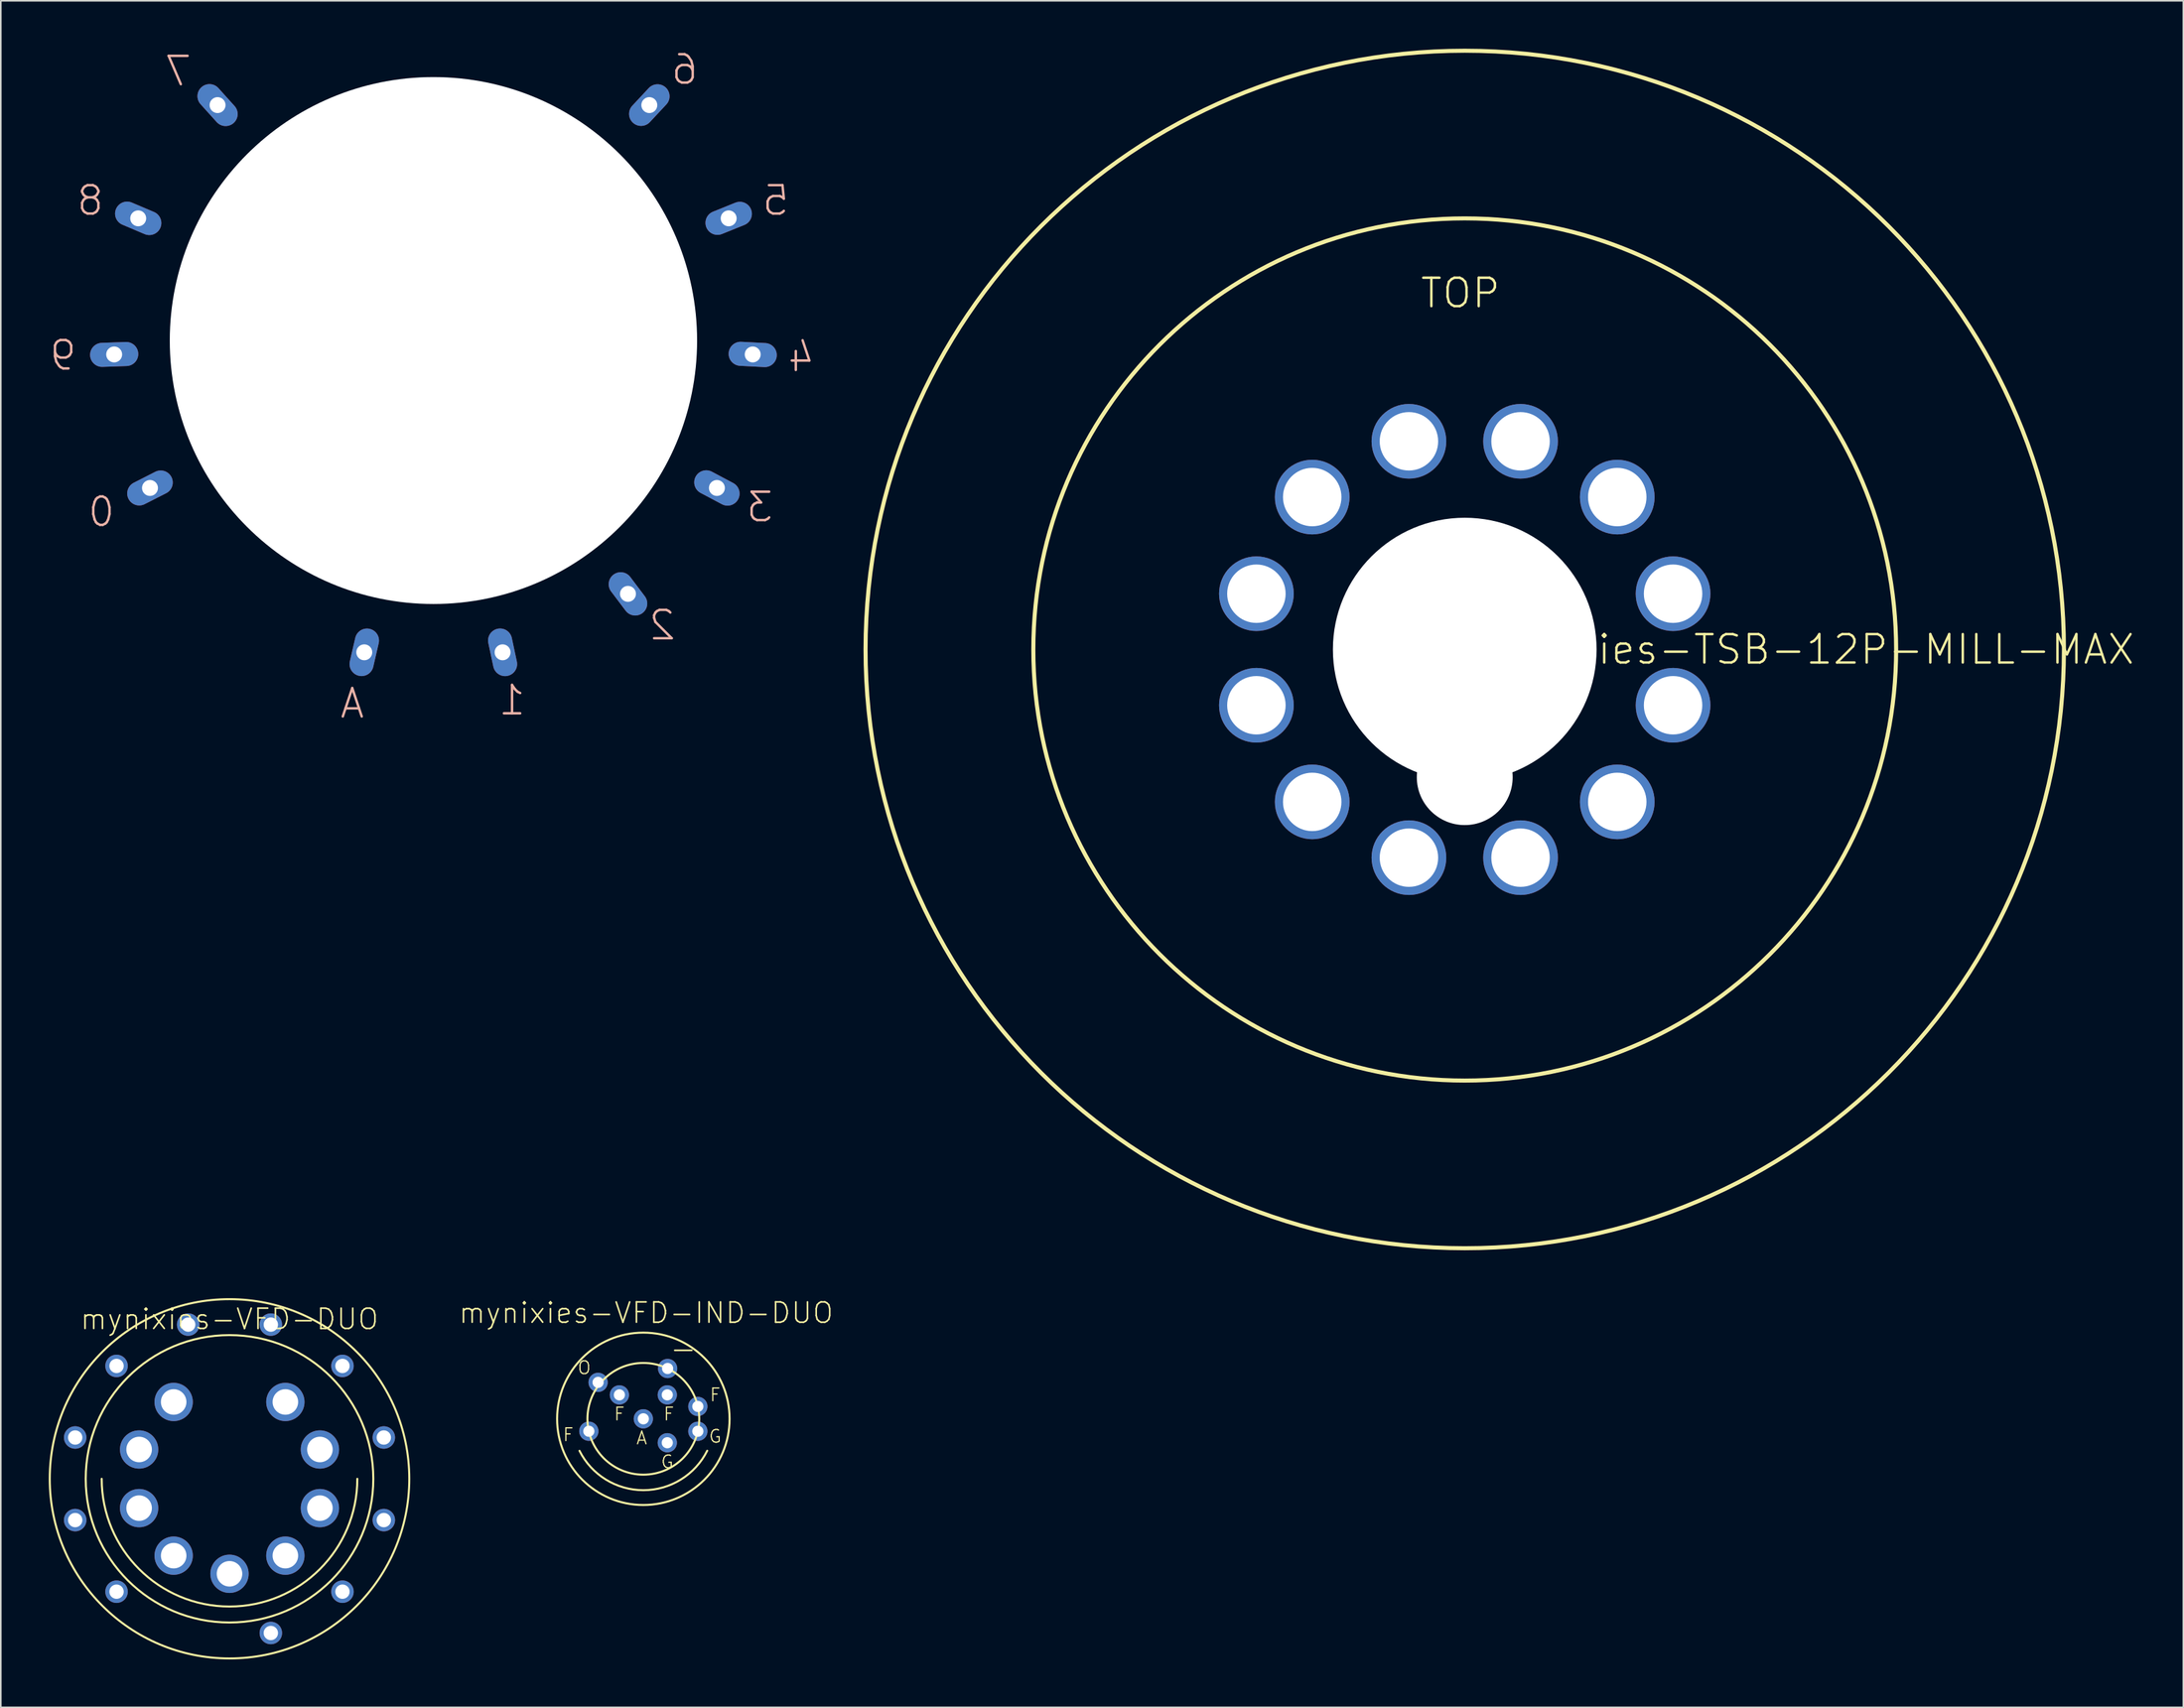
<source format=kicad_pcb>
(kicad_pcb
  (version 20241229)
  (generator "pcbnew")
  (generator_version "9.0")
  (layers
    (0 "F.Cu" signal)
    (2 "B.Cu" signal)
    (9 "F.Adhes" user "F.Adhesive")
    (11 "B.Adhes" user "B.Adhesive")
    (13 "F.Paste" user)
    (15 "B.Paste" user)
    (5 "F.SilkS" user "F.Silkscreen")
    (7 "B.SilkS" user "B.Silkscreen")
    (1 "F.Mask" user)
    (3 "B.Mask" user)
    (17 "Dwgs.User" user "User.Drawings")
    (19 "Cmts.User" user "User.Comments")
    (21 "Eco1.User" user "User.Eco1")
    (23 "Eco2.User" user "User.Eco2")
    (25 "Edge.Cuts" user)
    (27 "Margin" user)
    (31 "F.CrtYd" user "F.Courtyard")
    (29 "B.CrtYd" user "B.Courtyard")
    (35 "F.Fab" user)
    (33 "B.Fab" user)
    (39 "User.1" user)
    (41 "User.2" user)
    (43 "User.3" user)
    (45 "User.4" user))
  (footprint "mynixies-TSB-12P-CONTACT"
    (layer "F.Cu")
    (at 24.075 18.277)
    (property "Reference" "mynixies-TSB-12P-CONTACT" (at 0 0 0) (layer "F.SilkS") (effects (font (size 1.27 1.27) (thickness 0.15))))
    (attr exclude_from_pos_files exclude_from_bom)
    (fp_text user "5" (at 21.42 -8.768 0) (layer "B.SilkS") (effects (font (size 1.778 1.778) (thickness 0.152)) (justify mirror)))
    (fp_text user "2" (at 14.318 17.828 0) (layer "B.SilkS") (effects (font (size 1.778 1.778) (thickness 0.152)) (justify mirror)))
    (fp_text user "7" (at -15.979 -16.868 0) (layer "B.SilkS") (effects (font (size 1.778 1.778) (thickness 0.152)) (justify mirror)))
    (fp_text user "0" (at -20.78 10.729 0) (layer "B.SilkS") (effects (font (size 1.778 1.778) (thickness 0.152)) (justify mirror)))
    (fp_text user "3" (at 20.419 10.429 0) (layer "B.SilkS") (effects (font (size 1.778 1.778) (thickness 0.152)) (justify mirror)))
    (fp_text user "1" (at 4.92 22.53 0) (layer "B.SilkS") (effects (font (size 1.778 1.778) (thickness 0.152)) (justify mirror)))
    (fp_text user "6" (at 15.718 -16.97 0) (layer "B.SilkS") (effects (font (size 1.778 1.778) (thickness 0.152)) (justify mirror)))
    (fp_text user "8" (at -21.478 -8.768 0) (layer "B.SilkS") (effects (font (size 1.778 1.778) (thickness 0.152)) (justify mirror)))
    (fp_text user "A" (at -5.08 22.728 0) (layer "B.SilkS") (effects (font (size 1.778 1.778) (thickness 0.152)) (justify mirror)))
    (fp_text user "9" (at -23.177 0.93 0) (layer "B.SilkS") (effects (font (size 1.778 1.778) (thickness 0.152)) (justify mirror)))
    (fp_text user "4" (at 23.017 1.029 0) (layer "B.SilkS") (effects (font (size 1.778 1.778) (thickness 0.152)) (justify mirror)))
    (pad "" np_thru_hole circle (at 0 0) (size 33 33) (drill 33) (layers "*.Cu" "*.Mask"))
    (pad "0" thru_hole oval (at -17.739 9.233 297) (size 1.506 3.015) (drill 0.998) (layers "*.Cu" "*.Mask"))
    (pad "1" thru_hole oval (at 4.328 19.525 12) (size 1.506 3.015) (drill 0.998) (layers "*.Cu" "*.Mask"))
    (pad "2" thru_hole oval (at 12.174 15.865 37) (size 1.506 3.015) (drill 0.998) (layers "*.Cu" "*.Mask"))
    (pad "3" thru_hole oval (at 17.739 9.233 62) (size 1.506 3.015) (drill 0.998) (layers "*.Cu" "*.Mask"))
    (pad "4" thru_hole oval (at 19.98 0.871 87) (size 1.506 3.015) (drill 0.998) (layers "*.Cu" "*.Mask"))
    (pad "5" thru_hole oval (at 18.476 -7.653 112) (size 1.506 3.015) (drill 0.998) (layers "*.Cu" "*.Mask"))
    (pad "6" thru_hole oval (at 13.51 -14.745 137) (size 1.506 3.015) (drill 0.998) (layers "*.Cu" "*.Mask"))
    (pad "7" thru_hole oval (at -13.51 -14.745 222) (size 1.506 3.015) (drill 0.998) (layers "*.Cu" "*.Mask"))
    (pad "8" thru_hole oval (at -18.476 -7.653 247) (size 1.506 3.015) (drill 0.998) (layers "*.Cu" "*.Mask"))
    (pad "9" thru_hole oval (at -19.98 0.871 272) (size 1.506 3.015) (drill 0.998) (layers "*.Cu" "*.Mask"))
    (pad "A" thru_hole oval (at -4.328 19.525 347) (size 1.506 3.015) (drill 0.998) (layers "*.Cu" "*.Mask")))
  (footprint "mynixies-VFD-DUO"
    (layer "F.Cu")
    (at 11.313 89.563)
    (property "Reference" "mynixies-VFD-DUO" (at 0 -10 0) (layer "F.SilkS") (effects (font (size 1.27 1.27) (thickness 0.102))))
    (attr exclude_from_pos_files exclude_from_bom)
    (fp_arc (start 7.99846 0) (mid 0 7.99846) (end -7.99846 0) (stroke (width 0.127) (type solid)) (layer "F.SilkS"))
    (fp_circle (center 0 0) (end 0 -11.25) (stroke (width 0.127) (type solid)) (fill no) (layer "F.SilkS"))
    (fp_circle (center 0 0) (end 0 -8.999) (stroke (width 0.127) (type solid)) (fill no) (layer "F.SilkS"))
    (pad "1" thru_hole circle (at -3.495 -4.813) (size 2.398 2.398) (drill 1.598) (layers "*.Cu" "*.Mask"))
    (pad "2" thru_hole circle (at -5.657 -1.836) (size 2.398 2.398) (drill 1.598) (layers "*.Cu" "*.Mask"))
    (pad "3" thru_hole circle (at -5.657 1.836) (size 2.398 2.398) (drill 1.598) (layers "*.Cu" "*.Mask"))
    (pad "4" thru_hole circle (at -3.495 4.813) (size 2.398 2.398) (drill 1.598) (layers "*.Cu" "*.Mask"))
    (pad "5" thru_hole circle (at 0 5.949) (size 2.398 2.398) (drill 1.598) (layers "*.Cu" "*.Mask"))
    (pad "6" thru_hole circle (at 3.495 4.813) (size 2.398 2.398) (drill 1.598) (layers "*.Cu" "*.Mask"))
    (pad "7" thru_hole circle (at 5.657 1.836) (size 2.398 2.398) (drill 1.598) (layers "*.Cu" "*.Mask"))
    (pad "8" thru_hole circle (at 5.657 -1.836) (size 2.398 2.398) (drill 1.598) (layers "*.Cu" "*.Mask"))
    (pad "9" thru_hole circle (at 3.495 -4.813) (size 2.398 2.398) (drill 1.598) (layers "*.Cu" "*.Mask"))
    (pad "P$1" thru_hole circle (at 2.586 9.657) (size 1.407 1.407) (drill 0.899) (layers "*.Cu" "*.Mask"))
    (pad "P$2" thru_hole circle (at 7.069 7.069) (size 1.407 1.407) (drill 0.899) (layers "*.Cu" "*.Mask"))
    (pad "P$3" thru_hole circle (at 9.657 2.586) (size 1.407 1.407) (drill 0.899) (layers "*.Cu" "*.Mask"))
    (pad "P$4" thru_hole circle (at 9.657 -2.586) (size 1.407 1.407) (drill 0.899) (layers "*.Cu" "*.Mask"))
    (pad "P$5" thru_hole circle (at 7.069 -7.069) (size 1.407 1.407) (drill 0.899) (layers "*.Cu" "*.Mask"))
    (pad "P$6" thru_hole circle (at 2.586 -9.657) (size 1.407 1.407) (drill 0.899) (layers "*.Cu" "*.Mask"))
    (pad "P$7" thru_hole circle (at -2.586 -9.657) (size 1.407 1.407) (drill 0.899) (layers "*.Cu" "*.Mask"))
    (pad "P$8" thru_hole circle (at -7.069 -7.069) (size 1.407 1.407) (drill 0.899) (layers "*.Cu" "*.Mask"))
    (pad "P$9" thru_hole circle (at -9.657 -2.586) (size 1.407 1.407) (drill 0.899) (layers "*.Cu" "*.Mask"))
    (pad "P$10" thru_hole circle (at -9.657 2.586) (size 1.407 1.407) (drill 0.899) (layers "*.Cu" "*.Mask"))
    (pad "P$11" thru_hole circle (at -7.069 7.069) (size 1.407 1.407) (drill 0.899) (layers "*.Cu" "*.Mask")))
  (footprint "mynixies-VFD-IND-DUO"
    (layer "F.Cu")
    (at 37.211 85.806)
    (property "Reference" "mynixies-VFD-IND-DUO" (at 0.173 -6.634 0) (layer "F.SilkS") (effects (font (size 1.27 1.27) (thickness 0.102))))
    (attr exclude_from_pos_files exclude_from_bom)
    (fp_arc (start 3.99796 1.99898) (mid 0.002727 4.469854) (end -3.995518 2.003856) (stroke (width 0.127) (type solid)) (layer "F.SilkS"))
    (fp_circle (center 0 0) (end 0 -5.397) (stroke (width 0.127) (type solid)) (fill no) (layer "F.SilkS"))
    (fp_circle (center 0 0) (end 0 -3.498) (stroke (width 0.127) (type solid)) (fill no) (layer "F.SilkS"))
    (fp_text user "F" (at 1.598 -0.3 0) (layer "F.SilkS") (effects (font (size 0.798 0.798) (thickness 0.076))))
    (fp_text user "F" (at -1.499 -0.3 0) (layer "F.SilkS") (effects (font (size 0.798 0.798) (thickness 0.076))))
    (fp_text user "F" (at -4.699 0.998 0) (layer "F.SilkS") (effects (font (size 0.798 0.798) (thickness 0.076))))
    (fp_text user "G" (at 4.498 1.1 0) (layer "F.SilkS") (effects (font (size 0.798 0.798) (thickness 0.076))))
    (fp_text user "O" (at -3.698 -3.198 0) (layer "F.SilkS") (effects (font (size 0.798 0.798) (thickness 0.076))))
    (fp_text user "G" (at 1.499 2.697 0) (layer "F.SilkS") (effects (font (size 0.798 0.798) (thickness 0.076))))
    (fp_text user "A" (at -0.099 1.199 0) (layer "F.SilkS") (effects (font (size 0.798 0.798) (thickness 0.076))))
    (fp_text user "-" (at 2.499 -4.399 0) (layer "F.SilkS") (effects (font (size 1.4 1.4) (thickness 0.102))))
    (fp_text user "F" (at 4.498 -1.499 0) (layer "F.SilkS") (effects (font (size 0.798 0.798) (thickness 0.076))))
    (pad "-" thru_hole circle (at 1.519 -3.152) (size 1.206 1.206) (drill 0.699) (layers "*.Cu" "*.Mask"))
    (pad "F1" thru_hole circle (at -3.411 0.777) (size 1.206 1.206) (drill 0.699) (layers "*.Cu" "*.Mask"))
    (pad "F2" thru_hole circle (at 3.411 -0.775) (size 1.206 1.206) (drill 0.699) (layers "*.Cu" "*.Mask"))
    (pad "G" thru_hole circle (at 3.411 0.78) (size 1.206 1.206) (drill 0.699) (layers "*.Cu" "*.Mask"))
    (pad "O" thru_hole circle (at -2.832 -2.283) (size 1.206 1.206) (drill 0.699) (layers "*.Cu" "*.Mask"))
    (pad "P$1" thru_hole circle (at -1.499 -1.499) (size 1.206 1.206) (drill 0.699) (layers "*.Cu" "*.Mask"))
    (pad "P$2" thru_hole circle (at 1.499 -1.499) (size 1.206 1.206) (drill 0.699) (layers "*.Cu" "*.Mask"))
    (pad "P$3" thru_hole circle (at 1.499 1.499) (size 1.206 1.206) (drill 0.699) (layers "*.Cu" "*.Mask"))
    (pad "P$4" thru_hole circle (at 0 0) (size 1.206 1.206) (drill 0.699) (layers "*.Cu" "*.Mask")))
  (footprint "mynixies-TSB-12P-MILL-MAX"
    (layer "F.Cu")
    (at 88.615 37.625)
    (property "Reference" "mynixies-TSB-12P-MILL-MAX" (at 21.303 0 0) (layer "F.SilkS") (effects (font (size 1.778 1.778) (thickness 0.152))))
    (attr exclude_from_pos_files exclude_from_bom)
    (fp_circle (center 0 0) (end 0 -37.498) (stroke (width 0.254) (type solid)) (fill no) (layer "F.SilkS"))
    (fp_circle (center 0 0) (end 0 -26.998) (stroke (width 0.254) (type solid)) (fill no) (layer "F.SilkS"))
    (fp_text user "TOP" (at -0.269 -22.319 0) (layer "F.SilkS") (effects (font (size 1.778 1.778) (thickness 0.152))))
    (pad "" np_thru_hole circle (at 0 0) (size 16.5 16.5) (drill 16.5) (layers "*.Cu" "*.Mask"))
    (pad "" np_thru_hole circle (at 0 7.998) (size 5.999 5.999) (drill 5.999) (layers "*.Cu" "*.Mask"))
    (pad "1" thru_hole circle (at 3.493 13.038) (size 4.674 4.674) (drill 3.658) (layers "*.Cu" "*.Mask"))
    (pad "2" thru_hole circle (at 9.545 9.545) (size 4.674 4.674) (drill 3.658) (layers "*.Cu" "*.Mask"))
    (pad "3" thru_hole circle (at 13.038 3.493) (size 4.674 4.674) (drill 3.658) (layers "*.Cu" "*.Mask"))
    (pad "4" thru_hole circle (at 13.038 -3.493) (size 4.674 4.674) (drill 3.658) (layers "*.Cu" "*.Mask"))
    (pad "5" thru_hole circle (at 9.545 -9.545) (size 4.674 4.674) (drill 3.658) (layers "*.Cu" "*.Mask"))
    (pad "6" thru_hole circle (at 3.493 -13.038) (size 4.674 4.674) (drill 3.658) (layers "*.Cu" "*.Mask"))
    (pad "7" thru_hole circle (at -3.493 -13.038) (size 4.674 4.674) (drill 3.658) (layers "*.Cu" "*.Mask"))
    (pad "8" thru_hole circle (at -9.545 -9.545) (size 4.674 4.674) (drill 3.658) (layers "*.Cu" "*.Mask"))
    (pad "9" thru_hole circle (at -13.038 -3.493) (size 4.674 4.674) (drill 3.658) (layers "*.Cu" "*.Mask"))
    (pad "10" thru_hole circle (at -13.038 3.493) (size 4.674 4.674) (drill 3.658) (layers "*.Cu" "*.Mask"))
    (pad "11" thru_hole circle (at -9.545 9.545) (size 4.674 4.674) (drill 3.658) (layers "*.Cu" "*.Mask"))
    (pad "12" thru_hole circle (at -3.493 13.038) (size 4.674 4.674) (drill 3.658) (layers "*.Cu" "*.Mask")))
  (gr_rect
    (start -3 -3)
    (end 133.585 103.876)
    (stroke (width 0.1) (type default))
    (fill no)
    (layer "Edge.Cuts")))
</source>
